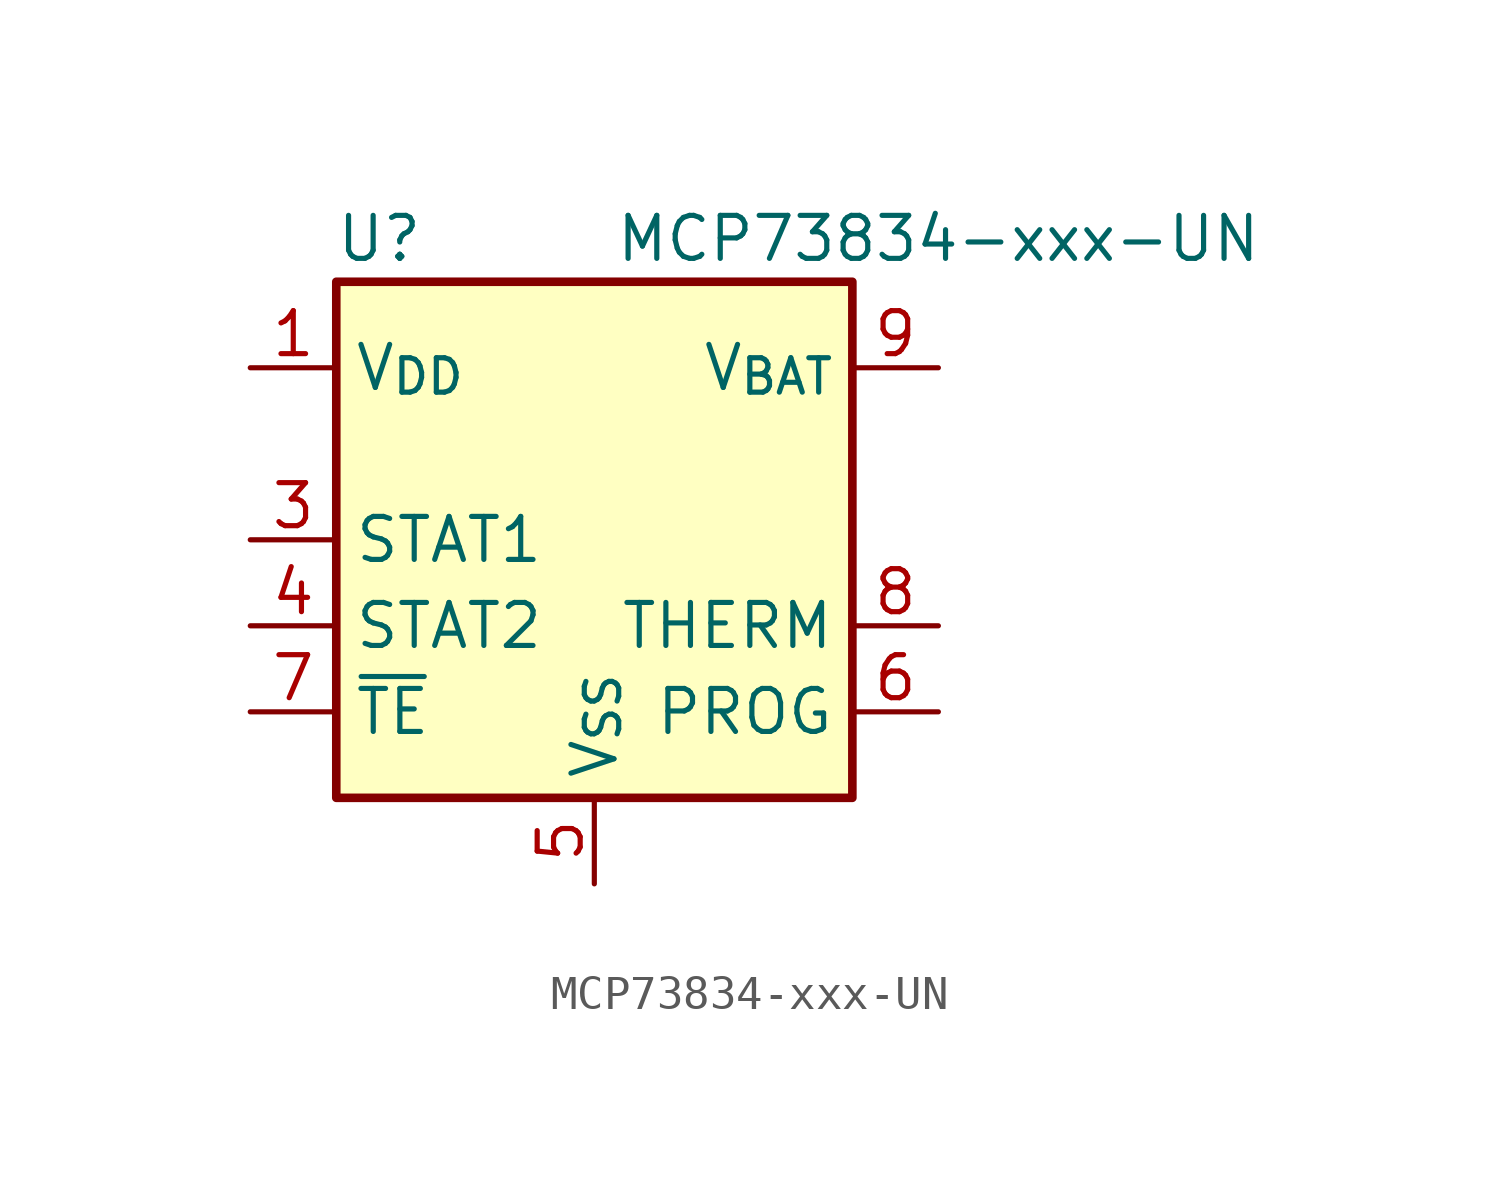
<source format=kicad_sym>
(kicad_symbol_lib
  (version 20231120)
  (generator "kicad_symbol_editor")
  (generator_version "8.0")
  (symbol "MCP73834-xxx-UN"
    (property "Reference" "U"
      (at -6.35 8.89 0)
      (effects (font (size 1.27 1.27))))
    (property "Value" "MCP73834-xxx-UN"
      (at 10.16 8.89 0)
      (effects (font (size 1.27 1.27))))
    (symbol "MCP73834-xxx-UN_1_1"
      (rectangle (start -7.62 7.62) (end 7.62 -7.62) (stroke (width 0.254) (type default)) (fill (type background)))
      (pin power_in line (at -10.16 5.08 0) (length 2.54) (name "V_{DD}" (effects (font (size 1.27 1.27)))) (number "1" (effects (font (size 1.27 1.27)))))
      (pin passive line (at 10.16 5.08 180) (length 2.54) hide (name "V_{BAT}" (effects (font (size 1.27 1.27)))) (number "10" (effects (font (size 1.27 1.27)))))
      (pin passive line (at -10.16 5.08 0) (length 2.54) hide (name "V_{DD}" (effects (font (size 1.27 1.27)))) (number "2" (effects (font (size 1.27 1.27)))))
      (pin open_collector line (at -10.16 0 0) (length 2.54) (name "STAT1" (effects (font (size 1.27 1.27)))) (number "3" (effects (font (size 1.27 1.27)))))
      (pin open_collector line (at -10.16 -2.54 0) (length 2.54) (name "STAT2" (effects (font (size 1.27 1.27)))) (number "4" (effects (font (size 1.27 1.27)))))
      (pin power_in line (at 0 -10.16 90) (length 2.54) (name "V_{SS}" (effects (font (size 1.27 1.27)))) (number "5" (effects (font (size 1.27 1.27)))))
      (pin input line (at 10.16 -5.08 180) (length 2.54) (name "PROG" (effects (font (size 1.27 1.27)))) (number "6" (effects (font (size 1.27 1.27)))))
      (pin input line (at -10.16 -5.08 0) (length 2.54) (name "~{TE}" (effects (font (size 1.27 1.27)))) (number "7" (effects (font (size 1.27 1.27)))))
      (pin passive line (at 10.16 -2.54 180) (length 2.54) (name "THERM" (effects (font (size 1.27 1.27)))) (number "8" (effects (font (size 1.27 1.27)))))
      (pin power_out line (at 10.16 5.08 180) (length 2.54) (name "V_{BAT}" (effects (font (size 1.27 1.27)))) (number "9" (effects (font (size 1.27 1.27))))))))
</source>
